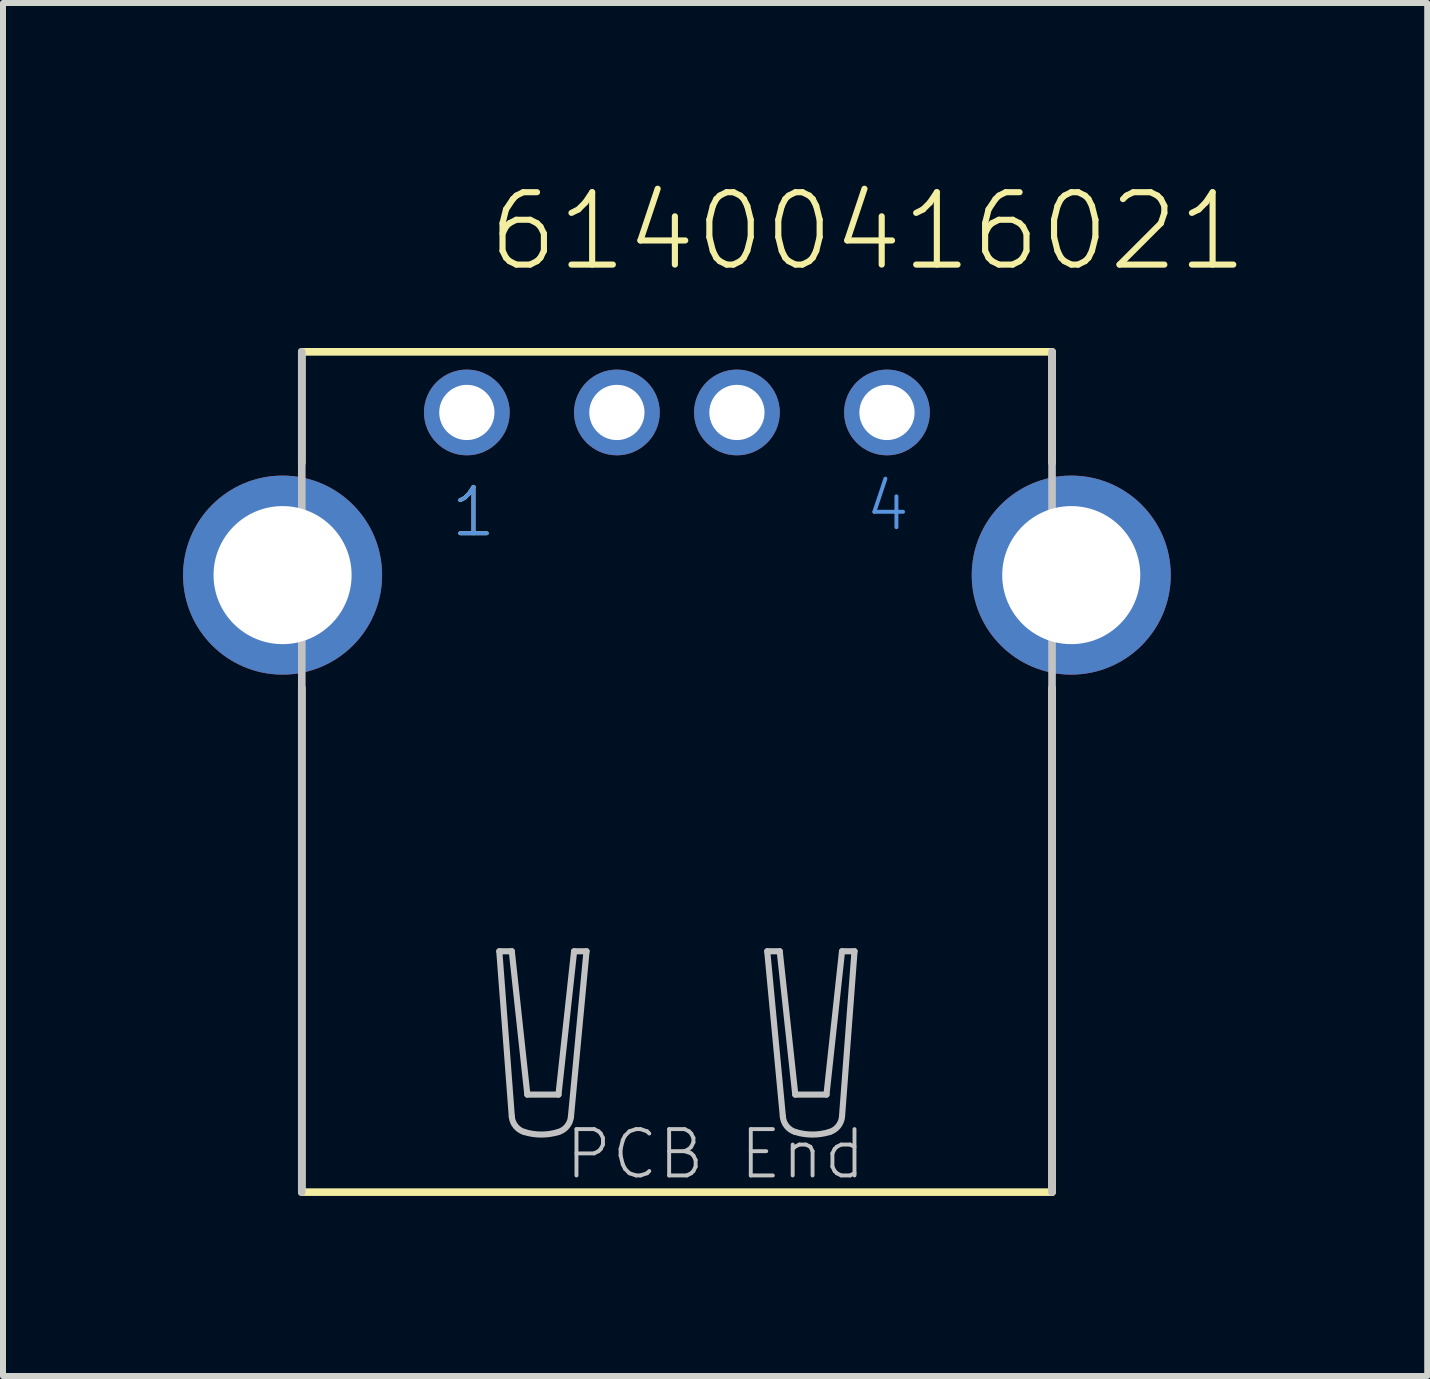
<source format=kicad_pcb>
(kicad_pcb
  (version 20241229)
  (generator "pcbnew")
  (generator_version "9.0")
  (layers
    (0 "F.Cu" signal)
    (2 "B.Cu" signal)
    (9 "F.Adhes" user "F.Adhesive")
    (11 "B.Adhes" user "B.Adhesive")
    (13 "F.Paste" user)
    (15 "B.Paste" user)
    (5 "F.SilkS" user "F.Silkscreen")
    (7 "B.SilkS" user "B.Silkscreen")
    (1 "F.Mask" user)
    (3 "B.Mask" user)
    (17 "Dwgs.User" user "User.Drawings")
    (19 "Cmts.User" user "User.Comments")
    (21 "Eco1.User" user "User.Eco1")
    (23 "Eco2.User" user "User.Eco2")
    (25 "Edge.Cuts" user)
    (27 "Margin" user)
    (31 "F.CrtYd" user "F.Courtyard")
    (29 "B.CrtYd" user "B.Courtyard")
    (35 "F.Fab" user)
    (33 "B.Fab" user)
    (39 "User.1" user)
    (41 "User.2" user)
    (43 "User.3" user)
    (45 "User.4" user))
  (footprint "61400416021"
    (layer "F.Cu")
    (at 8.228 6.532)
    (property "Reference" "61400416021" (at -3.202 -5.021 0) (layer "F.SilkS") (effects (font (size 1.206 1.206) (thickness 0.102)) (justify left bottom)))
    (attr through_hole)
    (fp_line (start -6.25 -1.87) (end -6.25 -3.72) (stroke (width 0.127) (type solid)) (layer "F.SilkS"))
    (fp_line (start -6.25 1.88) (end -6.25 10.28) (stroke (width 0.127) (type solid)) (layer "F.SilkS"))
    (fp_line (start -6.25 10.28) (end 6.25 10.28) (stroke (width 0.127) (type solid)) (layer "F.SilkS"))
    (fp_line (start 6.25 -3.72) (end -6.25 -3.72) (stroke (width 0.127) (type solid)) (layer "F.SilkS"))
    (fp_line (start 6.25 -1.87) (end 6.25 -3.72) (stroke (width 0.127) (type solid)) (layer "F.SilkS"))
    (fp_line (start 6.25 1.88) (end 6.25 10.28) (stroke (width 0.127) (type solid)) (layer "F.SilkS"))
    (fp_line (start -6.25 -3.72) (end -6.25 10.28) (stroke (width 0.127) (type solid)) (layer "Dwgs.User"))
    (fp_line (start -2.959 6.267) (end -2.751 9.018) (stroke (width 0.102) (type solid)) (layer "Dwgs.User"))
    (fp_line (start -2.751 6.267) (end -2.959 6.267) (stroke (width 0.102) (type solid)) (layer "Dwgs.User"))
    (fp_line (start -2.492 8.655) (end -2.751 6.267) (stroke (width 0.102) (type solid)) (layer "Dwgs.User"))
    (fp_line (start -1.973 8.655) (end -2.492 8.655) (stroke (width 0.102) (type solid)) (layer "Dwgs.User"))
    (fp_line (start -1.765 9.018) (end -1.506 6.267) (stroke (width 0.102) (type solid)) (layer "Dwgs.User"))
    (fp_line (start -1.713 6.267) (end -1.973 8.655) (stroke (width 0.102) (type solid)) (layer "Dwgs.User"))
    (fp_line (start -1.506 6.267) (end -1.713 6.267) (stroke (width 0.102) (type solid)) (layer "Dwgs.User"))
    (fp_line (start 1.505 6.267) (end 1.713 6.267) (stroke (width 0.102) (type solid)) (layer "Dwgs.User"))
    (fp_line (start 1.713 6.267) (end 1.972 8.655) (stroke (width 0.102) (type solid)) (layer "Dwgs.User"))
    (fp_line (start 1.765 9.018) (end 1.505 6.267) (stroke (width 0.102) (type solid)) (layer "Dwgs.User"))
    (fp_line (start 1.972 8.655) (end 2.492 8.655) (stroke (width 0.102) (type solid)) (layer "Dwgs.User"))
    (fp_line (start 2.492 8.655) (end 2.751 6.267) (stroke (width 0.102) (type solid)) (layer "Dwgs.User"))
    (fp_line (start 2.751 6.267) (end 2.959 6.267) (stroke (width 0.102) (type solid)) (layer "Dwgs.User"))
    (fp_line (start 2.959 6.267) (end 2.751 9.018) (stroke (width 0.102) (type solid)) (layer "Dwgs.User"))
    (fp_line (start 6.25 10.28) (end 6.25 -3.72) (stroke (width 0.127) (type solid)) (layer "Dwgs.User"))
    (fp_arc (start -2.5438 9.278) (mid -2.687659 9.180297) (end -2.7514 9.0185) (stroke (width 0.1016) (type solid)) (layer "Dwgs.User"))
    (fp_arc (start -1.9727 9.278) (mid -2.25825 9.320802) (end -2.5438 9.278) (stroke (width 0.1016) (type solid)) (layer "Dwgs.User"))
    (fp_arc (start -1.765099 9.018501) (mid -1.828841 9.180298) (end -1.9727 9.278) (stroke (width 0.1016) (type solid)) (layer "Dwgs.User"))
    (fp_arc (start 1.9725 9.278) (mid 1.828641 9.180298) (end 1.764899 9.018501) (stroke (width 0.1016) (type solid)) (layer "Dwgs.User"))
    (fp_arc (start 2.5436 9.278) (mid 2.25805 9.320802) (end 1.9725 9.278) (stroke (width 0.1016) (type solid)) (layer "Dwgs.User"))
    (fp_arc (start 2.7512 9.0185) (mid 2.687459 9.180297) (end 2.5436 9.278) (stroke (width 0.1016) (type solid)) (layer "Dwgs.User"))
    (fp_text user "1" (at -3.8 -0.6 0) (layer "F.SilkS") (effects (font (size 0.772 0.772) (thickness 0.065)) (justify left bottom)))
    (fp_text user "PCB End" (at -1.9 10.1 0) (layer "Dwgs.User") (effects (font (size 0.772 0.772) (thickness 0.065)) (justify left bottom)))
    (fp_text user "4" (at 3.1 -0.7 0) (layer "Cmts.User") (effects (font (size 0.772 0.772) (thickness 0.065)) (justify left bottom)))
    (fp_text user "1" (at -3.8 -0.6 0) (layer "Cmts.User") (effects (font (size 0.772 0.772) (thickness 0.065)) (justify left bottom)))
    (pad "1" thru_hole circle (at -3.5 -2.71) (size 1.428 1.428) (drill 0.92) (layers "*.Cu" "*.Mask"))
    (pad "2" thru_hole circle (at -1 -2.71) (size 1.428 1.428) (drill 0.92) (layers "*.Cu" "*.Mask"))
    (pad "3" thru_hole circle (at 1 -2.71) (size 1.428 1.428) (drill 0.92) (layers "*.Cu" "*.Mask"))
    (pad "4" thru_hole circle (at 3.5 -2.71) (size 1.428 1.428) (drill 0.92) (layers "*.Cu" "*.Mask"))
    (pad "SHEL" thru_hole circle (at -6.57 0) (size 3.316 3.316) (drill 2.3) (layers "*.Cu" "*.Mask"))
    (pad "SHEL" thru_hole circle (at 6.57 0) (size 3.316 3.316) (drill 2.3) (layers "*.Cu" "*.Mask")))
  (gr_rect
    (start -3 -3)
    (end 20.729 19.876)
    (stroke (width 0.1) (type default))
    (fill no)
    (layer "Edge.Cuts")))
</source>
